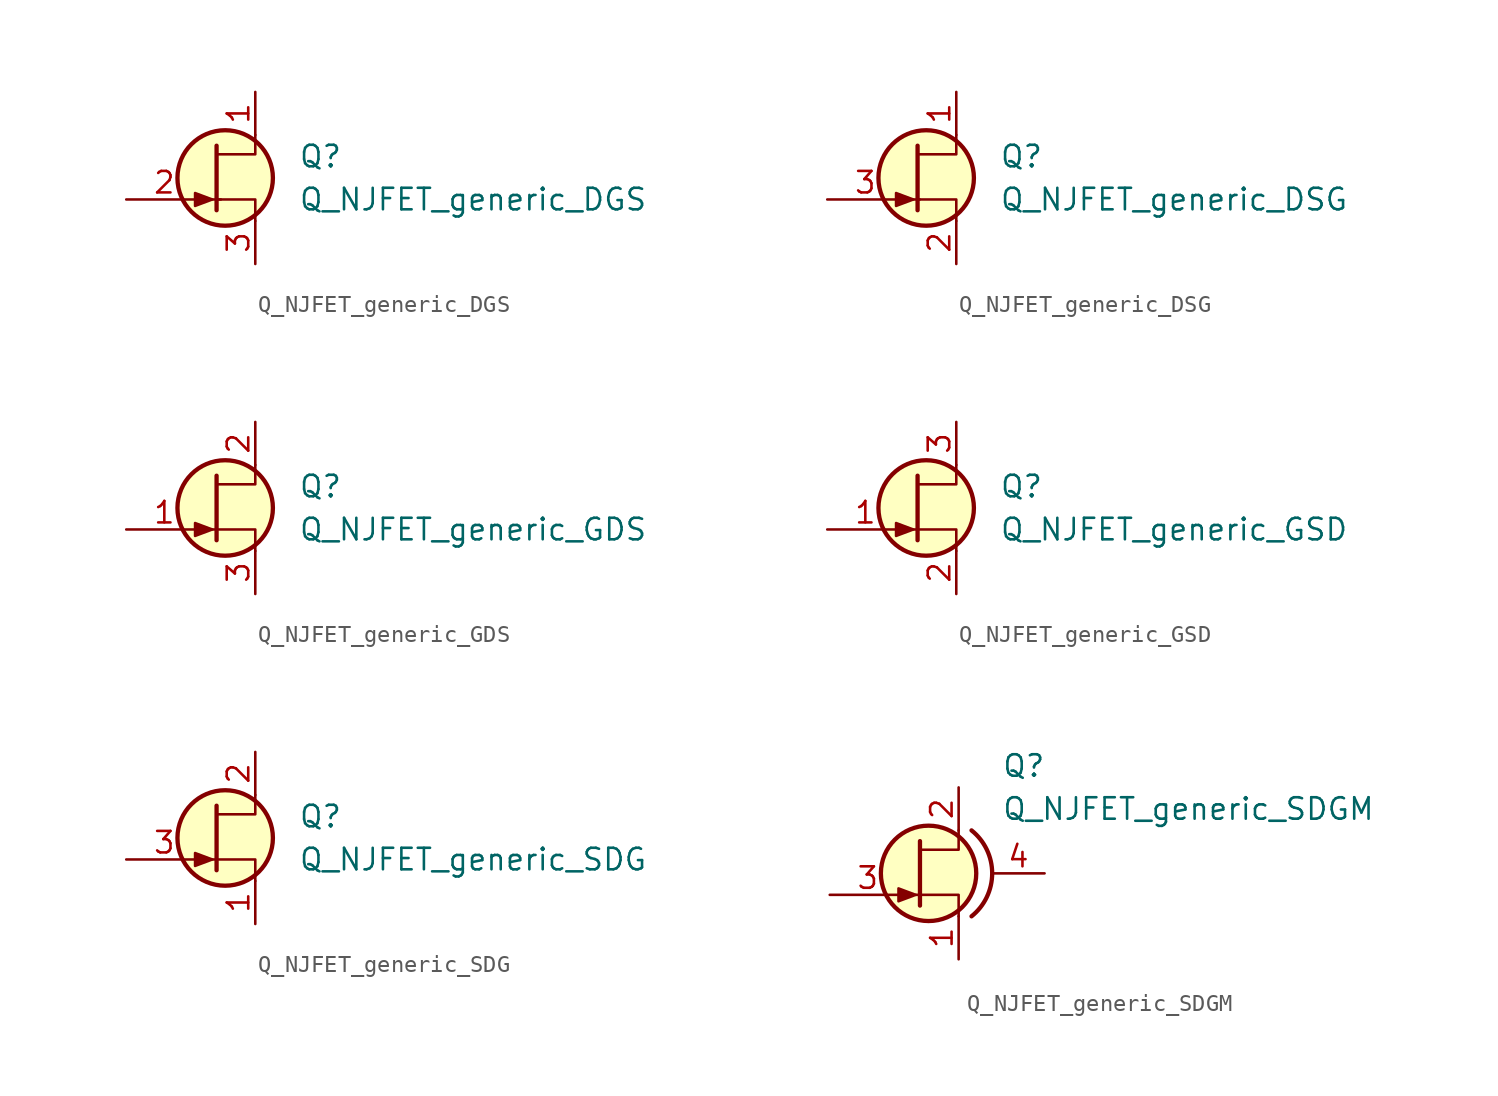
<source format=kicad_sym>
(kicad_symbol_lib
  (version 20211014)
  (generator kicad_symbol_editor)
  (symbol "Transistor_JFET_AKL:Q_NJFET_generic_DGS"
    (pin_names hide)
    (property "Reference" "Q"
      (at 5.08 1.27 0)
      (effects (font (size 1.27 1.27)) (justify left)))
    (property "Value" "Q_NJFET_generic_DGS"
      (at 5.08 -1.27 0)
      (effects (font (size 1.27 1.27)) (justify left)))
    (symbol "Q_NJFET_generic_DGS_0_1"
      (polyline (pts (xy -0.127 -1.27) (xy 0.508 -1.27)) (stroke (width 0) (type default) (color 0 0 0 0)) (fill (type none)))
      (polyline (pts (xy 0.254 1.905) (xy 0.254 -1.905) (xy 0.254 -1.905)) (stroke (width 0.254) (type default) (color 0 0 0 0)) (fill (type none)))
      (polyline (pts (xy 2.54 -2.54) (xy 2.54 -1.27) (xy 0.254 -1.27)) (stroke (width 0) (type default) (color 0 0 0 0)) (fill (type none)))
      (polyline (pts (xy 2.54 2.54) (xy 2.54 1.397) (xy 0.254 1.397)) (stroke (width 0) (type default) (color 0 0 0 0)) (fill (type none)))
      (polyline (pts (xy 0 -1.27) (xy -1.016 -0.889) (xy -1.016 -1.651) (xy 0 -1.27)) (stroke (width 0) (type default) (color 0 0 0 0)) (fill (type outline)))
      (circle (center 0.762 0) (radius 2.819) (stroke (width 0.254)) (stroke (width 0.254) (type default) (color 0 0 0 0)) (fill (type background))))
    (symbol "Q_NJFET_generic_DGS_1_1"
      (pin passive line (at 2.54 5.08 270) (length 2.54) (name "D" (effects (font (size 1.27 1.27)))) (number "1" (effects (font (size 1.27 1.27)))))
      (pin input line (at -5.08 -1.27 0) (length 4.496) (name "G" (effects (font (size 1.27 1.27)))) (number "2" (effects (font (size 1.27 1.27)))))
      (pin passive line (at 2.54 -5.08 90) (length 2.54) (name "S" (effects (font (size 1.27 1.27)))) (number "3" (effects (font (size 1.27 1.27)))))))
  (symbol "Transistor_JFET_AKL:Q_NJFET_generic_DSG"
    (pin_names hide)
    (property "Reference" "Q"
      (at 5.08 1.27 0)
      (effects (font (size 1.27 1.27)) (justify left)))
    (property "Value" "Q_NJFET_generic_DSG"
      (at 5.08 -1.27 0)
      (effects (font (size 1.27 1.27)) (justify left)))
    (symbol "Q_NJFET_generic_DSG_0_1"
      (polyline (pts (xy -0.127 -1.27) (xy 0.381 -1.27)) (stroke (width 0) (type default) (color 0 0 0 0)) (fill (type none)))
      (polyline (pts (xy 0.254 1.905) (xy 0.254 -1.905) (xy 0.254 -1.905)) (stroke (width 0.254) (type default) (color 0 0 0 0)) (fill (type none)))
      (polyline (pts (xy 2.54 -2.54) (xy 2.54 -1.27) (xy 0.254 -1.27)) (stroke (width 0) (type default) (color 0 0 0 0)) (fill (type none)))
      (polyline (pts (xy 2.54 2.54) (xy 2.54 1.397) (xy 0.254 1.397)) (stroke (width 0) (type default) (color 0 0 0 0)) (fill (type none)))
      (polyline (pts (xy 0 -1.27) (xy -1.016 -0.889) (xy -1.016 -1.651) (xy 0 -1.27)) (stroke (width 0) (type default) (color 0 0 0 0)) (fill (type outline)))
      (circle (center 0.762 0) (radius 2.819) (stroke (width 0.254)) (stroke (width 0.254) (type default) (color 0 0 0 0)) (fill (type background))))
    (symbol "Q_NJFET_generic_DSG_1_1"
      (pin passive line (at 2.54 5.08 270) (length 2.54) (name "D" (effects (font (size 1.27 1.27)))) (number "1" (effects (font (size 1.27 1.27)))))
      (pin passive line (at 2.54 -5.08 90) (length 2.54) (name "S" (effects (font (size 1.27 1.27)))) (number "2" (effects (font (size 1.27 1.27)))))
      (pin input line (at -5.08 -1.27 0) (length 4.496) (name "G" (effects (font (size 1.27 1.27)))) (number "3" (effects (font (size 1.27 1.27)))))))
  (symbol "Transistor_JFET_AKL:Q_NJFET_generic_GDS"
    (pin_names hide)
    (property "Reference" "Q"
      (at 5.08 1.27 0)
      (effects (font (size 1.27 1.27)) (justify left)))
    (property "Value" "Q_NJFET_generic_GDS"
      (at 5.08 -1.27 0)
      (effects (font (size 1.27 1.27)) (justify left)))
    (symbol "Q_NJFET_generic_GDS_0_1"
      (polyline (pts (xy 0 -1.27) (xy 0.254 -1.27)) (stroke (width 0) (type default) (color 0 0 0 0)) (fill (type none)))
      (polyline (pts (xy 0.254 1.905) (xy 0.254 -1.905) (xy 0.254 -1.905)) (stroke (width 0.254) (type default) (color 0 0 0 0)) (fill (type none)))
      (polyline (pts (xy 2.54 -2.54) (xy 2.54 -1.27) (xy 0.254 -1.27)) (stroke (width 0) (type default) (color 0 0 0 0)) (fill (type none)))
      (polyline (pts (xy 2.54 2.54) (xy 2.54 1.397) (xy 0.254 1.397)) (stroke (width 0) (type default) (color 0 0 0 0)) (fill (type none)))
      (polyline (pts (xy 0 -1.27) (xy -1.016 -0.889) (xy -1.016 -1.651) (xy 0 -1.27)) (stroke (width 0) (type default) (color 0 0 0 0)) (fill (type outline)))
      (circle (center 0.762 0) (radius 2.819) (stroke (width 0.254)) (stroke (width 0.254) (type default) (color 0 0 0 0)) (fill (type background))))
    (symbol "Q_NJFET_generic_GDS_1_1"
      (pin input line (at -5.08 -1.27 0) (length 4.496) (name "G" (effects (font (size 1.27 1.27)))) (number "1" (effects (font (size 1.27 1.27)))))
      (pin passive line (at 2.54 5.08 270) (length 2.54) (name "D" (effects (font (size 1.27 1.27)))) (number "2" (effects (font (size 1.27 1.27)))))
      (pin passive line (at 2.54 -5.08 90) (length 2.54) (name "S" (effects (font (size 1.27 1.27)))) (number "3" (effects (font (size 1.27 1.27)))))))
  (symbol "Transistor_JFET_AKL:Q_NJFET_generic_GSD"
    (pin_names hide)
    (property "Reference" "Q"
      (at 5.08 1.27 0)
      (effects (font (size 1.27 1.27)) (justify left)))
    (property "Value" "Q_NJFET_generic_GSD"
      (at 5.08 -1.27 0)
      (effects (font (size 1.27 1.27)) (justify left)))
    (symbol "Q_NJFET_generic_GSD_0_1"
      (polyline (pts (xy 0 -1.27) (xy 0.254 -1.27)) (stroke (width 0) (type default) (color 0 0 0 0)) (fill (type none)))
      (polyline (pts (xy 0.254 1.905) (xy 0.254 -1.905) (xy 0.254 -1.905)) (stroke (width 0.254) (type default) (color 0 0 0 0)) (fill (type none)))
      (polyline (pts (xy 2.54 -2.54) (xy 2.54 -1.27) (xy 0.254 -1.27)) (stroke (width 0) (type default) (color 0 0 0 0)) (fill (type none)))
      (polyline (pts (xy 2.54 2.54) (xy 2.54 1.397) (xy 0.254 1.397)) (stroke (width 0) (type default) (color 0 0 0 0)) (fill (type none)))
      (polyline (pts (xy 0 -1.27) (xy -1.016 -0.889) (xy -1.016 -1.651) (xy 0 -1.27)) (stroke (width 0) (type default) (color 0 0 0 0)) (fill (type outline)))
      (circle (center 0.762 0) (radius 2.819) (stroke (width 0.254)) (stroke (width 0.254) (type default) (color 0 0 0 0)) (fill (type background))))
    (symbol "Q_NJFET_generic_GSD_1_1"
      (pin input line (at -5.08 -1.27 0) (length 4.496) (name "G" (effects (font (size 1.27 1.27)))) (number "1" (effects (font (size 1.27 1.27)))))
      (pin passive line (at 2.54 -5.08 90) (length 2.54) (name "S" (effects (font (size 1.27 1.27)))) (number "2" (effects (font (size 1.27 1.27)))))
      (pin passive line (at 2.54 5.08 270) (length 2.54) (name "D" (effects (font (size 1.27 1.27)))) (number "3" (effects (font (size 1.27 1.27)))))))
  (symbol "Transistor_JFET_AKL:Q_NJFET_generic_SDG"
    (pin_names hide)
    (property "Reference" "Q"
      (at 5.08 1.27 0)
      (effects (font (size 1.27 1.27)) (justify left)))
    (property "Value" "Q_NJFET_generic_SDG"
      (at 5.08 -1.27 0)
      (effects (font (size 1.27 1.27)) (justify left)))
    (symbol "Q_NJFET_generic_SDG_0_1"
      (polyline (pts (xy 0 -1.27) (xy 0.254 -1.27)) (stroke (width 0) (type default) (color 0 0 0 0)) (fill (type none)))
      (polyline (pts (xy 0.254 1.905) (xy 0.254 -1.905) (xy 0.254 -1.905)) (stroke (width 0.254) (type default) (color 0 0 0 0)) (fill (type none)))
      (polyline (pts (xy 2.54 -2.54) (xy 2.54 -1.27) (xy 0.254 -1.27)) (stroke (width 0) (type default) (color 0 0 0 0)) (fill (type none)))
      (polyline (pts (xy 2.54 2.54) (xy 2.54 1.397) (xy 0.254 1.397)) (stroke (width 0) (type default) (color 0 0 0 0)) (fill (type none)))
      (polyline (pts (xy 0 -1.27) (xy -1.016 -0.889) (xy -1.016 -1.651) (xy 0 -1.27)) (stroke (width 0) (type default) (color 0 0 0 0)) (fill (type outline)))
      (circle (center 0.762 0) (radius 2.819) (stroke (width 0.254)) (stroke (width 0.254) (type default) (color 0 0 0 0)) (fill (type background))))
    (symbol "Q_NJFET_generic_SDG_1_1"
      (pin passive line (at 2.54 -5.08 90) (length 2.54) (name "S" (effects (font (size 1.27 1.27)))) (number "1" (effects (font (size 1.27 1.27)))))
      (pin passive line (at 2.54 5.08 270) (length 2.54) (name "D" (effects (font (size 1.27 1.27)))) (number "2" (effects (font (size 1.27 1.27)))))
      (pin input line (at -5.08 -1.27 0) (length 4.496) (name "G" (effects (font (size 1.27 1.27)))) (number "3" (effects (font (size 1.27 1.27)))))))
  (symbol "Transistor_JFET_AKL:Q_NJFET_generic_SDGM"
    (pin_names hide)
    (property "Reference" "Q"
      (at 5.08 6.35 0)
      (effects (font (size 1.27 1.27)) (justify left)))
    (property "Value" "Q_NJFET_generic_SDGM"
      (at 5.08 3.81 0)
      (effects (font (size 1.27 1.27)) (justify left)))
    (symbol "Q_NJFET_generic_SDGM_0_1"
      (polyline (pts (xy 0 -1.27) (xy 0.254 -1.27)) (stroke (width 0) (type default) (color 0 0 0 0)) (fill (type none)))
      (polyline (pts (xy 0.254 1.905) (xy 0.254 -1.905) (xy 0.254 -1.905)) (stroke (width 0.254) (type default) (color 0 0 0 0)) (fill (type none)))
      (polyline (pts (xy 2.54 -2.54) (xy 2.54 -1.27) (xy 0.254 -1.27)) (stroke (width 0) (type default) (color 0 0 0 0)) (fill (type none)))
      (polyline (pts (xy 2.54 2.54) (xy 2.54 1.397) (xy 0.254 1.397)) (stroke (width 0) (type default) (color 0 0 0 0)) (fill (type none)))
      (polyline (pts (xy 0 -1.27) (xy -1.016 -0.889) (xy -1.016 -1.651) (xy 0 -1.27)) (stroke (width 0) (type default) (color 0 0 0 0)) (fill (type outline)))
      (circle (center 0.762 0) (radius 2.819) (stroke (width 0.254)) (stroke (width 0.254) (type default) (color 0 0 0 0)) (fill (type background)))
      (arc (start 3.302 -2.54) (mid 4.5228 0) (end 3.302 2.54) (stroke (width 0.254) (type default) (color 0 0 0 0)) (fill (type none))))
    (symbol "Q_NJFET_generic_SDGM_1_1"
      (pin passive line (at 2.54 -5.08 90) (length 2.54) (name "S" (effects (font (size 1.27 1.27)))) (number "1" (effects (font (size 1.27 1.27)))))
      (pin passive line (at 2.54 5.08 270) (length 2.54) (name "D" (effects (font (size 1.27 1.27)))) (number "2" (effects (font (size 1.27 1.27)))))
      (pin input line (at -5.08 -1.27 0) (length 4.496) (name "G" (effects (font (size 1.27 1.27)))) (number "3" (effects (font (size 1.27 1.27)))))
      (pin passive line (at 7.62 0 180) (length 3.099) (name "M" (effects (font (size 1.27 1.27)))) (number "4" (effects (font (size 1.27 1.27))))))))
</source>
